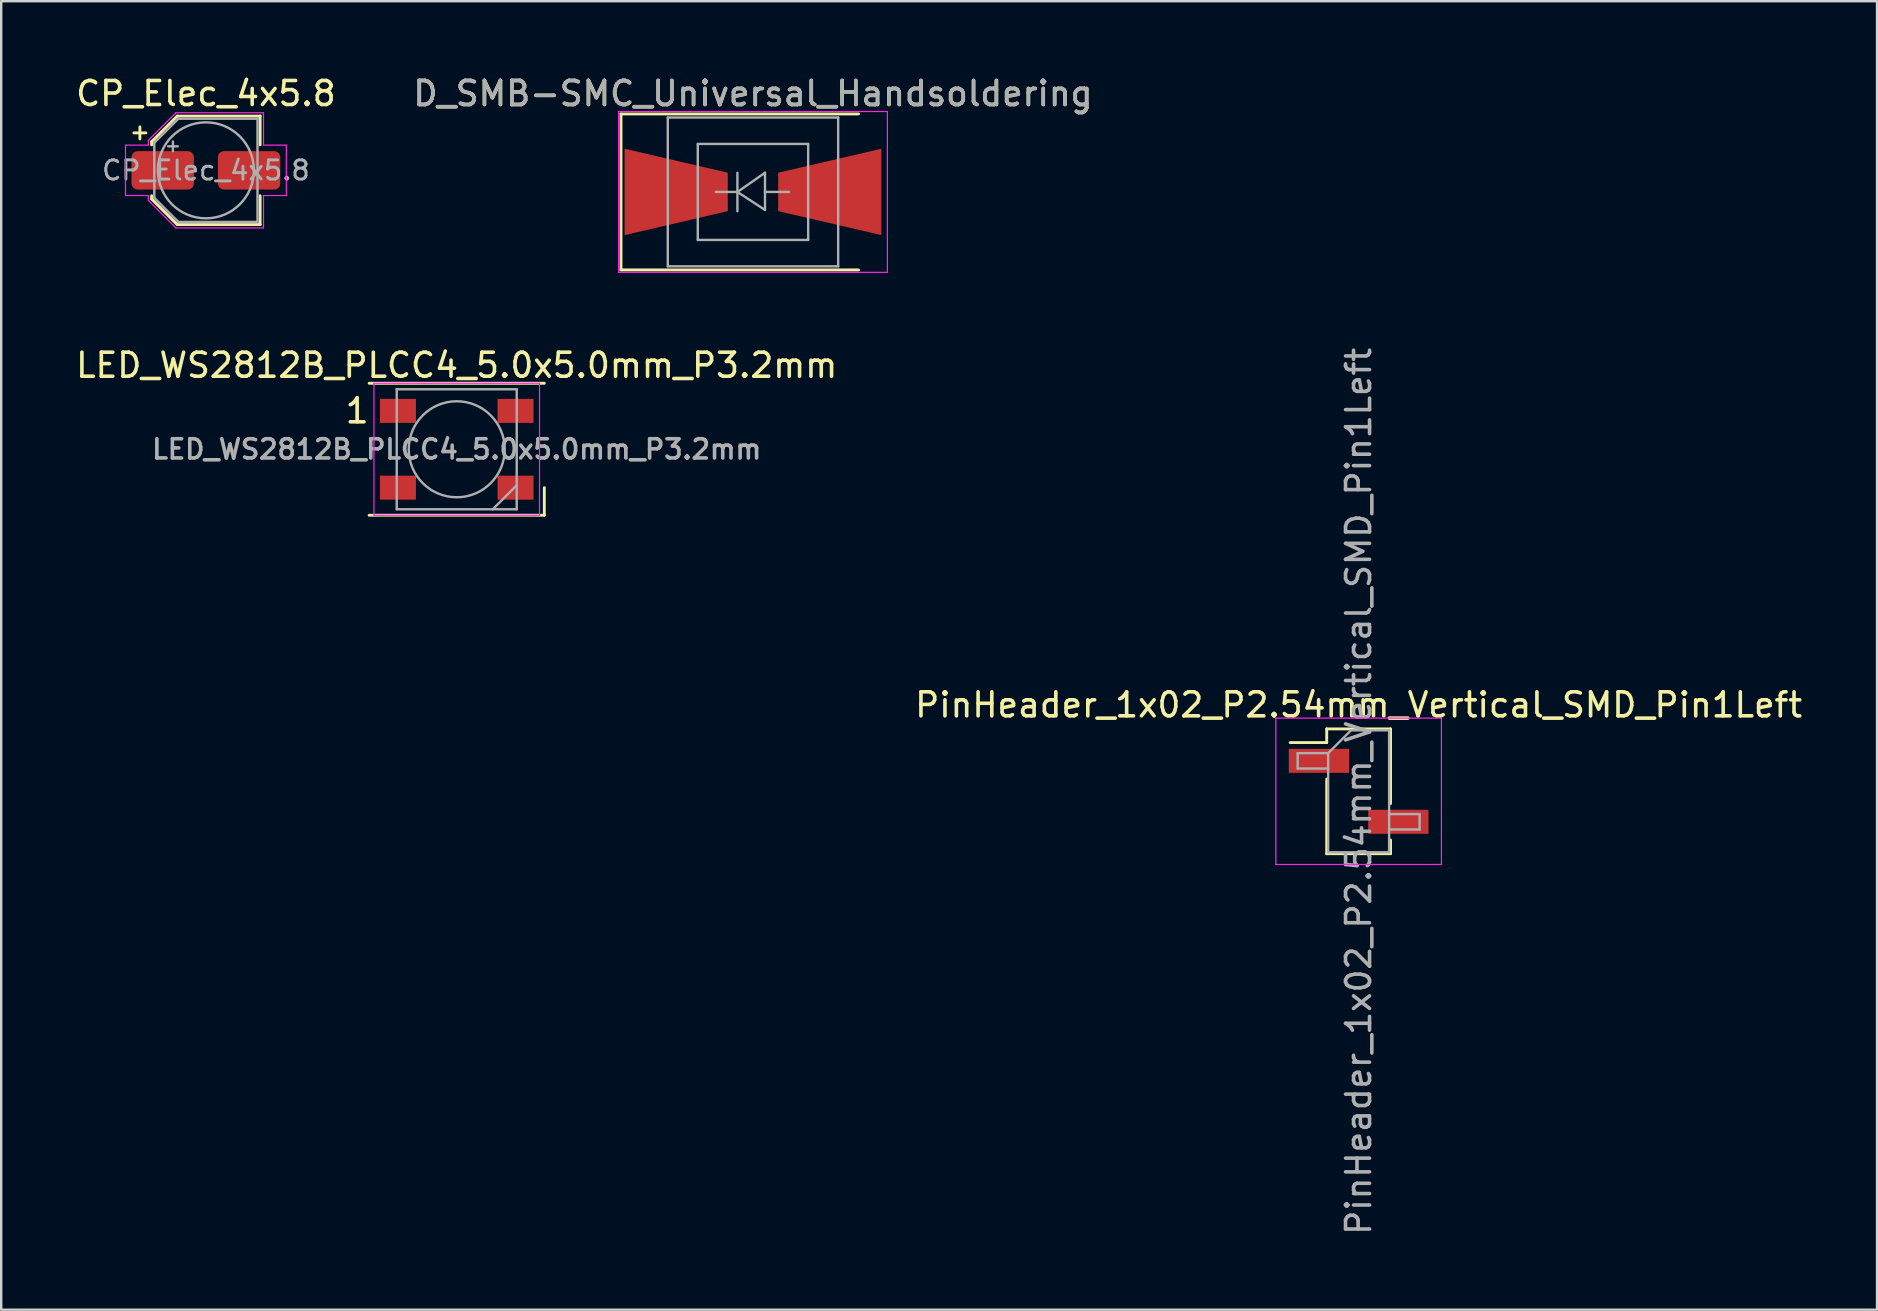
<source format=kicad_pcb>
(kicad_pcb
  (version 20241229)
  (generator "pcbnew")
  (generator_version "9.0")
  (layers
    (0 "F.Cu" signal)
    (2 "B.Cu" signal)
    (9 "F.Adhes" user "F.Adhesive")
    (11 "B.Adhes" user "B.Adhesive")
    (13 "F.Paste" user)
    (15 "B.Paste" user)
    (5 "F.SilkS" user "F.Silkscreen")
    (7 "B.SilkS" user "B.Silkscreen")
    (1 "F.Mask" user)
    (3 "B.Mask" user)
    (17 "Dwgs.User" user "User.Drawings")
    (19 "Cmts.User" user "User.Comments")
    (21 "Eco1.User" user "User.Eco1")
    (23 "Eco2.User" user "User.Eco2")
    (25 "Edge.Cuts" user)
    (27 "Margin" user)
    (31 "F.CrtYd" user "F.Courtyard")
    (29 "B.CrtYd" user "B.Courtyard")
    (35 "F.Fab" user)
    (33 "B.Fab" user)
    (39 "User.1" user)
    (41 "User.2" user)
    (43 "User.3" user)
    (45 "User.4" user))
  (footprint "PinHeader_1x02_P2.54mm_Vertical_SMD_Pin1Left"
    (layer "F.Cu")
    (at 53.565 29.924)
    (property "Reference" "PinHeader_1x02_P2.54mm_Vertical_SMD_Pin1Left" (at 0 -3.6 0) (layer "F.SilkS") (effects (font (size 1 1) (thickness 0.15))))
    (attr smd)
    (fp_line (start -1.33 -2.6) (end -1.33 -2.03) (stroke (width 0.12) (type solid)) (layer "F.SilkS"))
    (fp_line (start -1.33 -2.6) (end 1.33 -2.6) (stroke (width 0.12) (type solid)) (layer "F.SilkS"))
    (fp_line (start -1.33 -2.03) (end -2.85 -2.03) (stroke (width 0.12) (type solid)) (layer "F.SilkS"))
    (fp_line (start -1.33 -0.51) (end -1.33 2.6) (stroke (width 0.12) (type solid)) (layer "F.SilkS"))
    (fp_line (start -1.33 2.6) (end 1.33 2.6) (stroke (width 0.12) (type solid)) (layer "F.SilkS"))
    (fp_line (start 1.33 -2.6) (end 1.33 0.51) (stroke (width 0.12) (type solid)) (layer "F.SilkS"))
    (fp_line (start 1.33 2.03) (end 1.33 2.6) (stroke (width 0.12) (type solid)) (layer "F.SilkS"))
    (fp_line (start -3.45 -3.05) (end -3.45 3.05) (stroke (width 0.05) (type solid)) (layer "F.CrtYd"))
    (fp_line (start -3.45 3.05) (end 3.45 3.05) (stroke (width 0.05) (type solid)) (layer "F.CrtYd"))
    (fp_line (start 3.45 -3.05) (end -3.45 -3.05) (stroke (width 0.05) (type solid)) (layer "F.CrtYd"))
    (fp_line (start 3.45 3.05) (end 3.45 -3.05) (stroke (width 0.05) (type solid)) (layer "F.CrtYd"))
    (fp_line (start -2.54 -1.59) (end -2.54 -0.95) (stroke (width 0.1) (type solid)) (layer "F.Fab"))
    (fp_line (start -2.54 -0.95) (end -1.27 -0.95) (stroke (width 0.1) (type solid)) (layer "F.Fab"))
    (fp_line (start -1.27 -1.59) (end -2.54 -1.59) (stroke (width 0.1) (type solid)) (layer "F.Fab"))
    (fp_line (start -1.27 -1.59) (end -0.32 -2.54) (stroke (width 0.1) (type solid)) (layer "F.Fab"))
    (fp_line (start -1.27 2.54) (end -1.27 -1.59) (stroke (width 0.1) (type solid)) (layer "F.Fab"))
    (fp_line (start -0.32 -2.54) (end 1.27 -2.54) (stroke (width 0.1) (type solid)) (layer "F.Fab"))
    (fp_line (start 1.27 -2.54) (end 1.27 2.54) (stroke (width 0.1) (type solid)) (layer "F.Fab"))
    (fp_line (start 1.27 0.95) (end 2.54 0.95) (stroke (width 0.1) (type solid)) (layer "F.Fab"))
    (fp_line (start 1.27 2.54) (end -1.27 2.54) (stroke (width 0.1) (type solid)) (layer "F.Fab"))
    (fp_line (start 2.54 0.95) (end 2.54 1.59) (stroke (width 0.1) (type solid)) (layer "F.Fab"))
    (fp_line (start 2.54 1.59) (end 1.27 1.59) (stroke (width 0.1) (type solid)) (layer "F.Fab"))
    (fp_text user "${REFERENCE}" (at 0 0 90) (layer "F.Fab") (effects (font (size 1 1) (thickness 0.15))))
    (pad "1" smd rect (at -1.655 -1.27) (size 2.51 1) (layers "F.Cu" "F.Mask" "F.Paste"))
    (pad "2" smd rect (at 1.655 1.27) (size 2.51 1) (layers "F.Cu" "F.Mask" "F.Paste")))
  (footprint "CP_Elec_4x5.8"
    (layer "F.Cu")
    (at 5.53 4.048)
    (property "Reference" "CP_Elec_4x5.8" (at 0 -3.2 180) (layer "F.SilkS") (effects (font (size 1 1) (thickness 0.15))))
    (attr smd)
    (fp_line (start -3 -1.56) (end -2.5 -1.56) (stroke (width 0.12) (type solid)) (layer "F.SilkS"))
    (fp_line (start -2.75 -1.81) (end -2.75 -1.31) (stroke (width 0.12) (type solid)) (layer "F.SilkS"))
    (fp_line (start -2.26 -1.196) (end -2.26 -1.06) (stroke (width 0.12) (type solid)) (layer "F.SilkS"))
    (fp_line (start -2.26 -1.196) (end -1.196 -2.26) (stroke (width 0.12) (type solid)) (layer "F.SilkS"))
    (fp_line (start -2.26 1.196) (end -2.26 1.06) (stroke (width 0.12) (type solid)) (layer "F.SilkS"))
    (fp_line (start -2.26 1.196) (end -1.196 2.26) (stroke (width 0.12) (type solid)) (layer "F.SilkS"))
    (fp_line (start -1.196 -2.26) (end 2.26 -2.26) (stroke (width 0.12) (type solid)) (layer "F.SilkS"))
    (fp_line (start -1.196 2.26) (end 2.26 2.26) (stroke (width 0.12) (type solid)) (layer "F.SilkS"))
    (fp_line (start 2.26 -2.26) (end 2.26 -1.06) (stroke (width 0.12) (type solid)) (layer "F.SilkS"))
    (fp_line (start 2.26 2.26) (end 2.26 1.06) (stroke (width 0.12) (type solid)) (layer "F.SilkS"))
    (fp_line (start -3.35 -1.05) (end -3.35 1.05) (stroke (width 0.05) (type solid)) (layer "F.CrtYd"))
    (fp_line (start -3.35 1.05) (end -2.4 1.05) (stroke (width 0.05) (type solid)) (layer "F.CrtYd"))
    (fp_line (start -2.4 -1.25) (end -2.4 -1.05) (stroke (width 0.05) (type solid)) (layer "F.CrtYd"))
    (fp_line (start -2.4 -1.25) (end -1.25 -2.4) (stroke (width 0.05) (type solid)) (layer "F.CrtYd"))
    (fp_line (start -2.4 -1.05) (end -3.35 -1.05) (stroke (width 0.05) (type solid)) (layer "F.CrtYd"))
    (fp_line (start -2.4 1.05) (end -2.4 1.25) (stroke (width 0.05) (type solid)) (layer "F.CrtYd"))
    (fp_line (start -2.4 1.25) (end -1.25 2.4) (stroke (width 0.05) (type solid)) (layer "F.CrtYd"))
    (fp_line (start -1.25 -2.4) (end 2.4 -2.4) (stroke (width 0.05) (type solid)) (layer "F.CrtYd"))
    (fp_line (start -1.25 2.4) (end 2.4 2.4) (stroke (width 0.05) (type solid)) (layer "F.CrtYd"))
    (fp_line (start 2.4 -2.4) (end 2.4 -1.05) (stroke (width 0.05) (type solid)) (layer "F.CrtYd"))
    (fp_line (start 2.4 -1.05) (end 3.35 -1.05) (stroke (width 0.05) (type solid)) (layer "F.CrtYd"))
    (fp_line (start 2.4 1.05) (end 2.4 2.4) (stroke (width 0.05) (type solid)) (layer "F.CrtYd"))
    (fp_line (start 3.35 -1.05) (end 3.35 1.05) (stroke (width 0.05) (type solid)) (layer "F.CrtYd"))
    (fp_line (start 3.35 1.05) (end 2.4 1.05) (stroke (width 0.05) (type solid)) (layer "F.CrtYd"))
    (fp_line (start -2.15 -1.15) (end -2.15 1.15) (stroke (width 0.1) (type solid)) (layer "F.Fab"))
    (fp_line (start -2.15 -1.15) (end -1.15 -2.15) (stroke (width 0.1) (type solid)) (layer "F.Fab"))
    (fp_line (start -2.15 1.15) (end -1.15 2.15) (stroke (width 0.1) (type solid)) (layer "F.Fab"))
    (fp_line (start -1.575 -1) (end -1.175 -1) (stroke (width 0.1) (type solid)) (layer "F.Fab"))
    (fp_line (start -1.375 -1.2) (end -1.375 -0.8) (stroke (width 0.1) (type solid)) (layer "F.Fab"))
    (fp_line (start -1.15 -2.15) (end 2.15 -2.15) (stroke (width 0.1) (type solid)) (layer "F.Fab"))
    (fp_line (start -1.15 2.15) (end 2.15 2.15) (stroke (width 0.1) (type solid)) (layer "F.Fab"))
    (fp_line (start 2.15 -2.15) (end 2.15 2.15) (stroke (width 0.1) (type solid)) (layer "F.Fab"))
    (fp_circle (center 0 0) (end 2 0) (stroke (width 0.1) (type solid)) (fill no) (layer "F.Fab"))
    (fp_text user "${REFERENCE}" (at 0 0 180) (layer "F.Fab") (effects (font (size 0.8 0.8) (thickness 0.12))))
    (pad "1" smd roundrect (at -1.8 0) (size 2.6 1.6) (layers "F.Cu" "F.Mask" "F.Paste") (roundrect_rratio 0.156))
    (pad "2" smd roundrect (at 1.8 0) (size 2.6 1.6) (layers "F.Cu" "F.Mask" "F.Paste") (roundrect_rratio 0.156)))
  (footprint "LED_WS2812B_PLCC4_5.0x5.0mm_P3.2mm"
    (layer "F.Cu")
    (at 15.982 15.671)
    (property "Reference" "LED_WS2812B_PLCC4_5.0x5.0mm_P3.2mm" (at 0 -3.5 0) (layer "F.SilkS") (effects (font (size 1 1) (thickness 0.15))))
    (attr smd)
    (fp_line (start -3.65 -2.75) (end 3.65 -2.75) (stroke (width 0.12) (type solid)) (layer "F.SilkS"))
    (fp_line (start -3.65 2.75) (end 3.65 2.75) (stroke (width 0.12) (type solid)) (layer "F.SilkS"))
    (fp_line (start 3.65 2.75) (end 3.65 1.6) (stroke (width 0.12) (type solid)) (layer "F.SilkS"))
    (fp_line (start -3.45 -2.75) (end -3.45 2.75) (stroke (width 0.05) (type solid)) (layer "F.CrtYd"))
    (fp_line (start -3.45 2.75) (end 3.45 2.75) (stroke (width 0.05) (type solid)) (layer "F.CrtYd"))
    (fp_line (start 3.45 -2.75) (end -3.45 -2.75) (stroke (width 0.05) (type solid)) (layer "F.CrtYd"))
    (fp_line (start 3.45 2.75) (end 3.45 -2.75) (stroke (width 0.05) (type solid)) (layer "F.CrtYd"))
    (fp_line (start -2.5 -2.5) (end -2.5 2.5) (stroke (width 0.1) (type solid)) (layer "F.Fab"))
    (fp_line (start -2.5 2.5) (end 2.5 2.5) (stroke (width 0.1) (type solid)) (layer "F.Fab"))
    (fp_line (start 2.5 -2.5) (end -2.5 -2.5) (stroke (width 0.1) (type solid)) (layer "F.Fab"))
    (fp_line (start 2.5 1.5) (end 1.5 2.5) (stroke (width 0.1) (type solid)) (layer "F.Fab"))
    (fp_line (start 2.5 2.5) (end 2.5 -2.5) (stroke (width 0.1) (type solid)) (layer "F.Fab"))
    (fp_circle (center 0 0) (end 0 -2) (stroke (width 0.1) (type solid)) (fill no) (layer "F.Fab"))
    (fp_text user "1" (at -4.15 -1.6 0) (layer "F.SilkS") (effects (font (size 1 1) (thickness 0.15))))
    (fp_text user "${REFERENCE}" (at 0 0 0) (layer "F.Fab") (effects (font (size 0.8 0.8) (thickness 0.15))))
    (pad "1" smd rect (at -2.45 -1.6) (size 1.5 1) (layers "F.Cu" "F.Mask" "F.Paste"))
    (pad "2" smd rect (at -2.45 1.6) (size 1.5 1) (layers "F.Cu" "F.Mask" "F.Paste"))
    (pad "3" smd rect (at 2.45 1.6) (size 1.5 1) (layers "F.Cu" "F.Mask" "F.Paste"))
    (pad "4" smd rect (at 2.45 -1.6) (size 1.5 1) (layers "F.Cu" "F.Mask" "F.Paste")))
  (footprint "D_SMB-SMC_Universal_Handsoldering"
    (layer "F.Cu")
    (at 28.327 4.948)
    (property "Reference" "D_SMB-SMC_Universal_Handsoldering" (at 0 -4.1 0) (layer "F.SilkS") (effects (font (size 1 1) (thickness 0.15))))
    (attr smd)
    (fp_line (start -5.5 -3.25) (end 4.4 -3.25) (stroke (width 0.12) (type solid)) (layer "F.SilkS"))
    (fp_line (start -5.5 3.25) (end -5.5 -3.25) (stroke (width 0.12) (type solid)) (layer "F.SilkS"))
    (fp_line (start -5.5 3.25) (end 4.4 3.25) (stroke (width 0.12) (type solid)) (layer "F.SilkS"))
    (fp_line (start -5.6 -3.35) (end 5.6 -3.35) (stroke (width 0.05) (type solid)) (layer "F.CrtYd"))
    (fp_line (start -5.6 3.35) (end -5.6 -3.35) (stroke (width 0.05) (type solid)) (layer "F.CrtYd"))
    (fp_line (start 5.6 -3.35) (end 5.6 3.35) (stroke (width 0.05) (type solid)) (layer "F.CrtYd"))
    (fp_line (start 5.6 3.35) (end -5.6 3.35) (stroke (width 0.05) (type solid)) (layer "F.CrtYd"))
    (fp_line (start -3.55 3.1) (end -3.55 -3.1) (stroke (width 0.1) (type solid)) (layer "F.Fab"))
    (fp_line (start -2.3 2) (end -2.3 -2) (stroke (width 0.1) (type solid)) (layer "F.Fab"))
    (fp_line (start -0.649 -0.799) (end -0.649 0.801) (stroke (width 0.1) (type solid)) (layer "F.Fab"))
    (fp_line (start -0.649 0.001) (end -1.551 0.001) (stroke (width 0.1) (type solid)) (layer "F.Fab"))
    (fp_line (start -0.649 0.001) (end 0.501 -0.799) (stroke (width 0.1) (type solid)) (layer "F.Fab"))
    (fp_line (start -0.649 0.001) (end 0.501 0.75) (stroke (width 0.1) (type solid)) (layer "F.Fab"))
    (fp_line (start 0.501 0.001) (end 1.499 0.001) (stroke (width 0.1) (type solid)) (layer "F.Fab"))
    (fp_line (start 0.501 0.75) (end 0.501 -0.799) (stroke (width 0.1) (type solid)) (layer "F.Fab"))
    (fp_line (start 2.3 -2) (end -2.3 -2) (stroke (width 0.1) (type solid)) (layer "F.Fab"))
    (fp_line (start 2.3 -2) (end 2.3 2) (stroke (width 0.1) (type solid)) (layer "F.Fab"))
    (fp_line (start 2.3 2) (end -2.3 2) (stroke (width 0.1) (type solid)) (layer "F.Fab"))
    (fp_line (start 3.55 -3.1) (end -3.55 -3.1) (stroke (width 0.1) (type solid)) (layer "F.Fab"))
    (fp_line (start 3.55 -3.1) (end 3.55 3.1) (stroke (width 0.1) (type solid)) (layer "F.Fab"))
    (fp_line (start 3.55 3.1) (end -3.55 3.1) (stroke (width 0.1) (type solid)) (layer "F.Fab"))
    (fp_text user "${REFERENCE}" (at 0 -4.1 0) (layer "F.Fab") (effects (font (size 1 1) (thickness 0.15))))
    (pad "1" smd trapezoid (at -3.2 0) (size 4.3 2.6) (rect_delta 1 0) (layers "F.Cu" "F.Mask" "F.Paste"))
    (pad "2" smd trapezoid (at 3.2 0 180) (size 4.3 2.6) (rect_delta 1 0) (layers "F.Cu" "F.Mask" "F.Paste")))
  (gr_rect
    (start -3 -3)
    (end 75.167 51.526)
    (stroke (width 0.1) (type default))
    (fill no)
    (layer "Edge.Cuts")))
</source>
